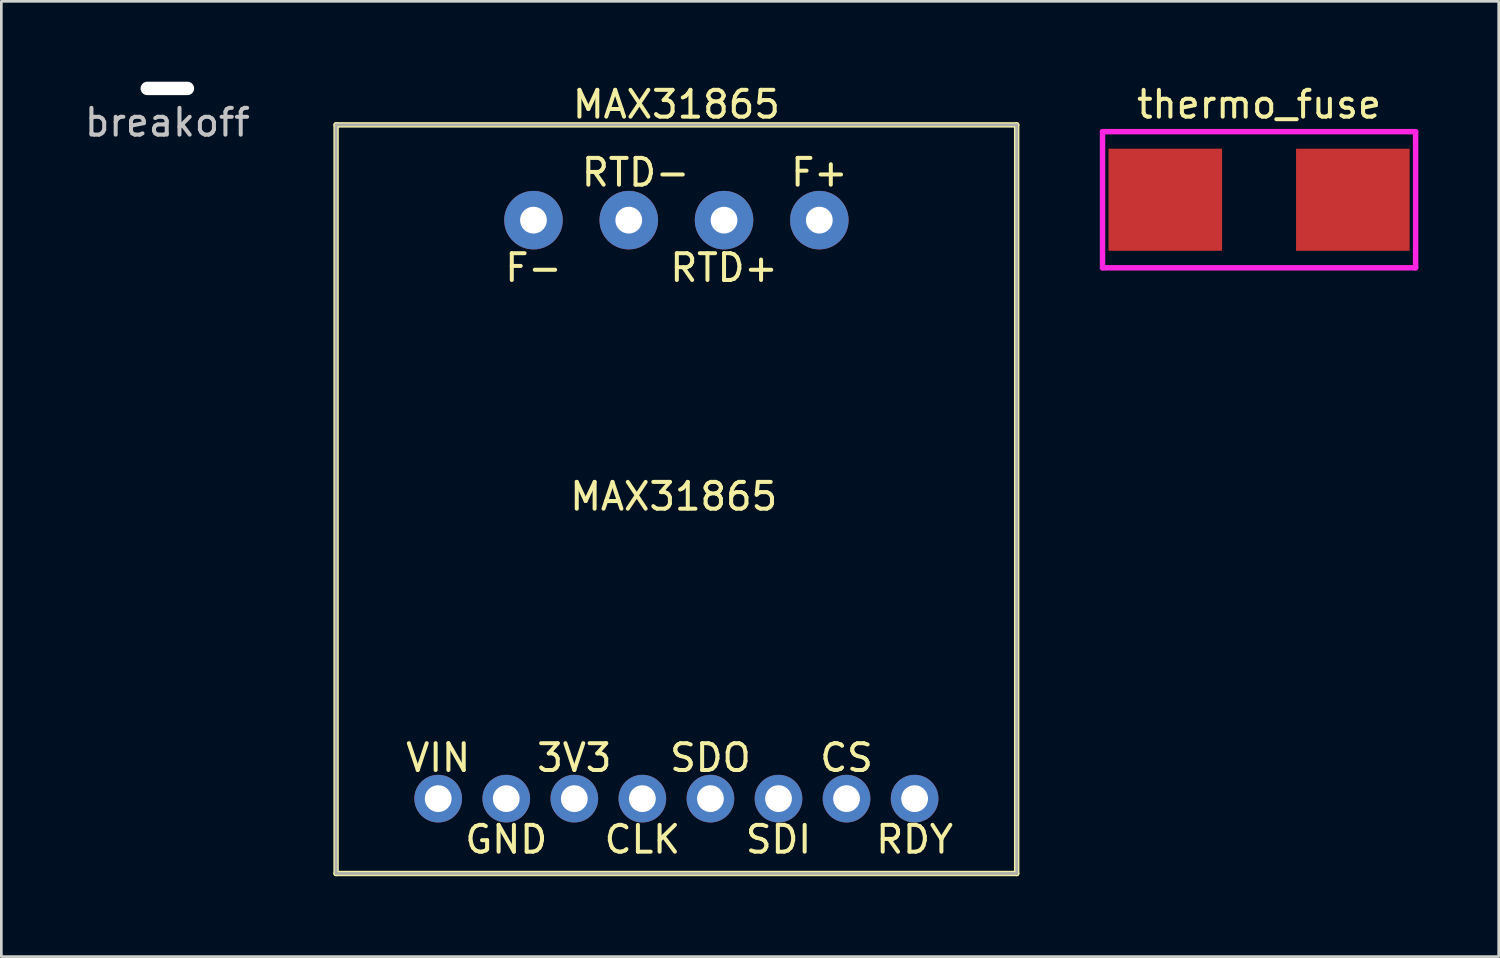
<source format=kicad_pcb>
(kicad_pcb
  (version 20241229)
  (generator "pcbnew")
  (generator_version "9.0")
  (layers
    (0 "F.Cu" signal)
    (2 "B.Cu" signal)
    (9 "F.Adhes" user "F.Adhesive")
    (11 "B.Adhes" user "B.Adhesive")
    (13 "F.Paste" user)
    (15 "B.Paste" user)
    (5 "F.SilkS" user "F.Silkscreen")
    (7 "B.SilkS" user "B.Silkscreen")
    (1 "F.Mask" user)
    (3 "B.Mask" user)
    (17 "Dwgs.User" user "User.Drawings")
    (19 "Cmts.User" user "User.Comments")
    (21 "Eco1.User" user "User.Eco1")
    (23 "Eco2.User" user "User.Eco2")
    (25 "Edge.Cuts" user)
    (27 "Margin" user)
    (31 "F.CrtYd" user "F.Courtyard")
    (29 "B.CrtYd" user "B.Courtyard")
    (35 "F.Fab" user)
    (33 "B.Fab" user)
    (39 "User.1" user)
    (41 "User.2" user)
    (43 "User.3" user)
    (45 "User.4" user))
  (footprint "MAX31865"
    (layer "F.Cu")
    (at 22.194 15.58)
    (property "Reference" "MAX31865" (at 0 -14.732 0) (layer "F.SilkS") (effects (font (size 1 1) (thickness 0.15))))
    (attr through_hole)
    (fp_line (start -12.7 -13.97) (end -12.7 13.97) (stroke (width 0.203) (type solid)) (layer "F.SilkS"))
    (fp_line (start -12.7 -13.97) (end 12.7 -13.97) (stroke (width 0.203) (type solid)) (layer "F.SilkS"))
    (fp_line (start 12.7 13.97) (end -12.7 13.97) (stroke (width 0.203) (type solid)) (layer "F.SilkS"))
    (fp_line (start 12.7 13.97) (end 12.7 -13.97) (stroke (width 0.203) (type solid)) (layer "F.SilkS"))
    (fp_line (start -12.7 -13.97) (end -12.7 13.97) (stroke (width 0.102) (type solid)) (layer "F.Fab"))
    (fp_line (start -12.7 -13.97) (end 12.7 -13.97) (stroke (width 0.102) (type solid)) (layer "F.Fab"))
    (fp_line (start -12.7 13.97) (end 12.7 13.97) (stroke (width 0.102) (type solid)) (layer "F.Fab"))
    (fp_line (start 12.7 -13.97) (end 12.7 13.97) (stroke (width 0.102) (type solid)) (layer "F.Fab"))
    (fp_text user "GND" (at -6.35 12.7 0) (layer "F.SilkS") (effects (font (size 1 1) (thickness 0.15))))
    (fp_text user "RTD-" (at -1.524 -12.192 180) (layer "F.SilkS") (effects (font (size 1 1) (thickness 0.15))))
    (fp_text user "CLK" (at -1.27 12.7 0) (layer "F.SilkS") (effects (font (size 1 1) (thickness 0.15))))
    (fp_text user "3V3" (at -3.81 9.652 0) (layer "F.SilkS") (effects (font (size 1 1) (thickness 0.15))))
    (fp_text user "CS" (at 6.35 9.652 0) (layer "F.SilkS") (effects (font (size 1 1) (thickness 0.15))))
    (fp_text user "F+" (at 5.334 -12.192 0) (layer "F.SilkS") (effects (font (size 1 1) (thickness 0.15))))
    (fp_text user "VIN" (at -8.89 9.652 0) (layer "F.SilkS") (effects (font (size 1 1) (thickness 0.15))))
    (fp_text user "SDO" (at 1.27 9.652 0) (layer "F.SilkS") (effects (font (size 1 1) (thickness 0.15))))
    (fp_text user "F-" (at -5.334 -8.636 0) (layer "F.SilkS") (effects (font (size 1 1) (thickness 0.15))))
    (fp_text user "RTD+" (at 1.778 -8.636 180) (layer "F.SilkS") (effects (font (size 1 1) (thickness 0.15))))
    (fp_text user "RDY" (at 8.89 12.7 0) (layer "F.SilkS") (effects (font (size 1 1) (thickness 0.15))))
    (fp_text user "MAX31865" (at -0.1 -0.1 0) (layer "F.SilkS") (effects (font (size 1 1) (thickness 0.15))))
    (fp_text user "SDI" (at 3.81 12.7 0) (layer "F.SilkS") (effects (font (size 1 1) (thickness 0.15))))
    (pad "1" thru_hole circle (at -8.89 11.176) (size 1.778 1.778) (drill 1) (layers "*.Cu" "*.Mask"))
    (pad "2" thru_hole circle (at -6.35 11.176) (size 1.778 1.778) (drill 1) (layers "*.Cu" "*.Mask"))
    (pad "3" thru_hole circle (at -3.81 11.176) (size 1.778 1.778) (drill 1) (layers "*.Cu" "*.Mask"))
    (pad "4" thru_hole circle (at -1.27 11.176) (size 1.778 1.778) (drill 1) (layers "*.Cu" "*.Mask"))
    (pad "5" thru_hole circle (at 1.27 11.176) (size 1.778 1.778) (drill 1) (layers "*.Cu" "*.Mask"))
    (pad "6" thru_hole circle (at 3.81 11.176) (size 1.778 1.778) (drill 1) (layers "*.Cu" "*.Mask"))
    (pad "7" thru_hole circle (at 6.35 11.176) (size 1.778 1.778) (drill 1) (layers "*.Cu" "*.Mask"))
    (pad "8" thru_hole circle (at 8.89 11.176) (size 1.778 1.778) (drill 1) (layers "*.Cu" "*.Mask"))
    (pad "9" thru_hole circle (at 5.334 -10.414) (size 2.184 2.184) (drill 1) (layers "*.Cu" "*.Mask"))
    (pad "10" thru_hole circle (at 1.778 -10.414) (size 2.184 2.184) (drill 1) (layers "*.Cu" "*.Mask"))
    (pad "11" thru_hole circle (at -1.778 -10.414) (size 2.184 2.184) (drill 1) (layers "*.Cu" "*.Mask"))
    (pad "12" thru_hole circle (at -5.334 -10.414) (size 2.184 2.184) (drill 1) (layers "*.Cu" "*.Mask")))
  (footprint "thermo_fuse"
    (layer "F.Cu")
    (at 43.94 4.404)
    (property "Reference" "thermo_fuse" (at 0 -3.556 180) (layer "F.SilkS") (effects (font (size 1 1) (thickness 0.15))))
    (attr through_hole)
    (fp_line (start -5.842 -2.54) (end -5.842 2.54) (stroke (width 0.203) (type solid)) (layer "F.CrtYd"))
    (fp_line (start -5.842 -2.54) (end 5.842 -2.54) (stroke (width 0.203) (type solid)) (layer "F.CrtYd"))
    (fp_line (start -5.842 2.54) (end 5.842 2.54) (stroke (width 0.203) (type solid)) (layer "F.CrtYd"))
    (fp_line (start 5.842 -2.54) (end 5.842 2.54) (stroke (width 0.203) (type solid)) (layer "F.CrtYd"))
    (pad "1" smd rect (at -3.5 0) (size 4.24 3.81) (layers "F.Cu" "F.Mask" "F.Paste"))
    (pad "2" smd rect (at 3.5 0) (size 4.24 3.81) (layers "F.Cu" "F.Mask" "F.Paste")))
  (footprint "breakoff"
    (layer "F.Cu")
    (at 3.196 0.25)
    (property "Reference" "breakoff" (at 0 1.27 0) (layer "Dwgs.User") (effects (font (size 1 1) (thickness 0.15))))
    (attr through_hole)
    (pad "" np_thru_hole oval (at 0 0) (size 2 0.5) (drill oval 2 0.5) (layers "*.Cu" "*.Mask")))
  (gr_rect
    (start -3 -3)
    (end 52.883 32.652)
    (stroke (width 0.1) (type default))
    (fill no)
    (layer "Edge.Cuts")))
</source>
